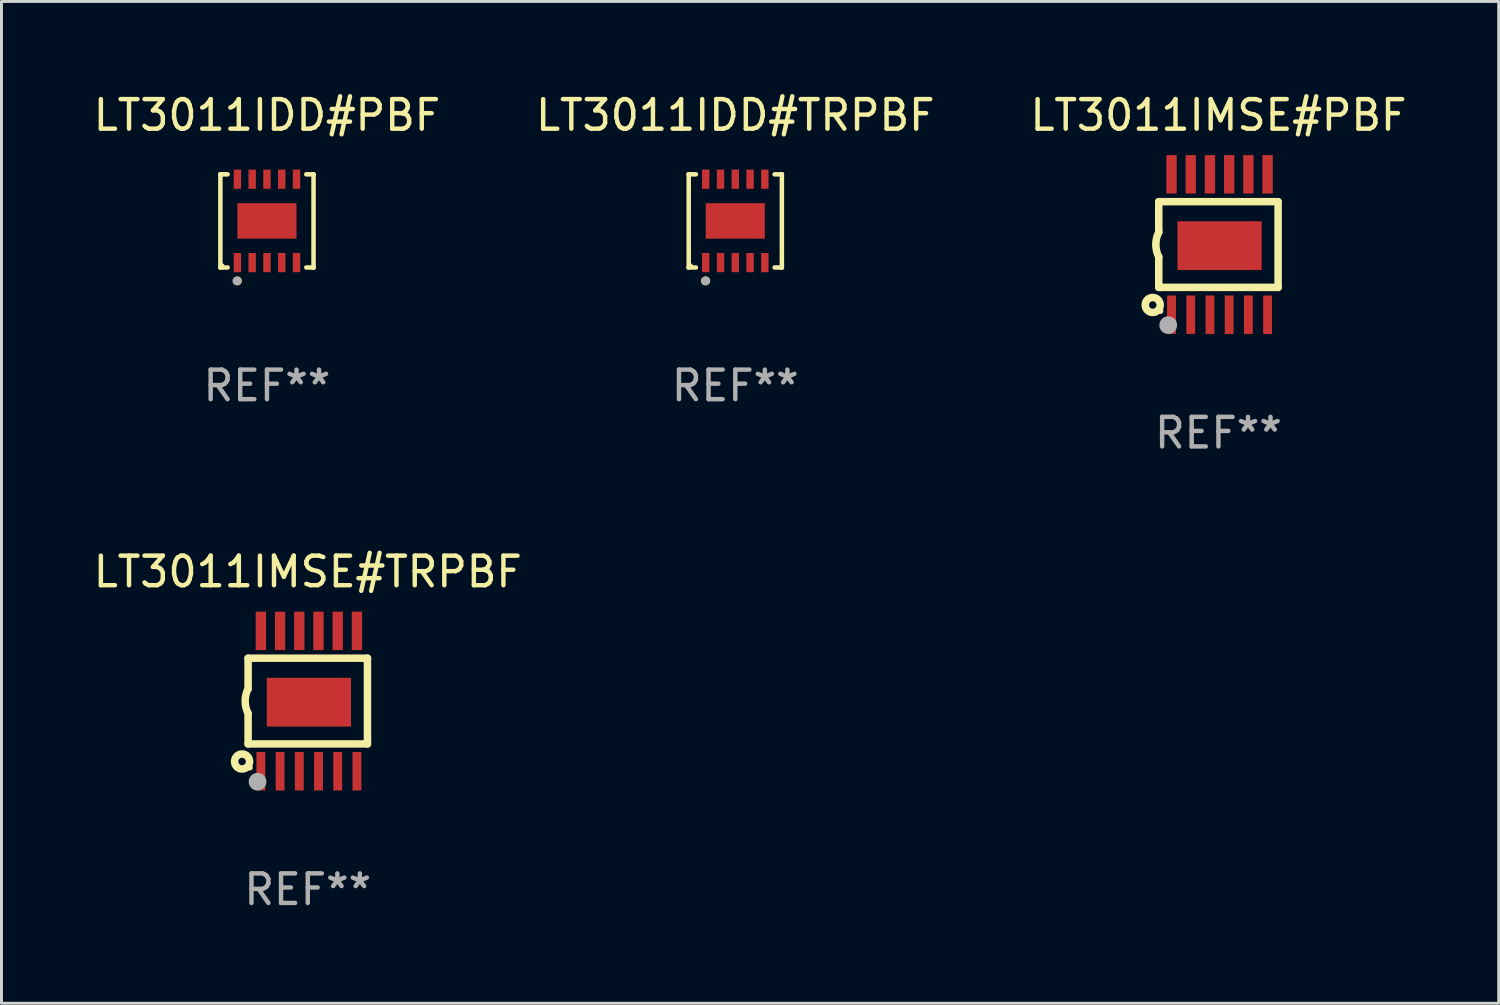
<source format=kicad_pcb>
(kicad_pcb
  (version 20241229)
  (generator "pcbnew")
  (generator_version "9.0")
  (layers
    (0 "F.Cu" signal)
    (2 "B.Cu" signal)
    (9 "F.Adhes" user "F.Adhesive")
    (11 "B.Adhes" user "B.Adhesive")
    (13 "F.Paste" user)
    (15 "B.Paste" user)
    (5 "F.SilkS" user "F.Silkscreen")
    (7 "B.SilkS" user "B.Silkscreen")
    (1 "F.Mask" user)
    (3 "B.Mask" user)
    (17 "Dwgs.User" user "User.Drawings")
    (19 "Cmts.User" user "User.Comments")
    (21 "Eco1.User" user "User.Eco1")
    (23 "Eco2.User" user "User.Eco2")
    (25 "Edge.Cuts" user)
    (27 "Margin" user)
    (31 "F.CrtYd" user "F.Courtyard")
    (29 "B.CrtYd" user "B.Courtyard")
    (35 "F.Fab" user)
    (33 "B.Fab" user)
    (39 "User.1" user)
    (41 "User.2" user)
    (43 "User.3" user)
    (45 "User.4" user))
  (footprint "LT3011IMSE#PBF"
    (layer "F.Cu")
    (at 38.173 5.223)
    (property "Reference" "LT3011IMSE#PBF" (at 0 -4.375 0) (layer "F.SilkS") (effects (font (size 1 1) (thickness 0.15))))
    (attr through_hole)
    (fp_line (start -2.019 -1.45) (end -2.019 -0.419) (stroke (width 0.254) (type solid)) (layer "F.SilkS"))
    (fp_line (start -2.019 1.45) (end -2.019 0.419) (stroke (width 0.254) (type solid)) (layer "F.SilkS"))
    (fp_line (start -2.019 1.45) (end 2.019 1.45) (stroke (width 0.254) (type solid)) (layer "F.SilkS"))
    (fp_line (start 2.019 -1.45) (end -2.019 -1.45) (stroke (width 0.254) (type solid)) (layer "F.SilkS"))
    (fp_line (start 2.019 -1.45) (end 2.019 1.45) (stroke (width 0.254) (type solid)) (layer "F.SilkS"))
    (fp_arc (start -2.019304 0.419101) (mid -2.11824 0) (end -2.019304 -0.419101) (stroke (width 0.254001) (type solid)) (layer "F.SilkS"))
    (fp_circle (center -2.223 2.045) (end -1.969 2.045) (stroke (width 0.254) (type solid)) (fill no) (layer "F.SilkS"))
    (fp_circle (center -1.962 2.25) (end -1.912 2.25) (stroke (width 0.1) (type solid)) (fill no) (layer "F.SilkS"))
    (fp_circle (center -1.699 2.728) (end -1.549 2.728) (stroke (width 0.3) (type solid)) (fill no) (layer "F.Fab"))
    (fp_text user "REF**" (at 0 6.375 0) (layer "F.Fab") (effects (font (size 1 1) (thickness 0.15))))
    (pad "1" smd rect (at -1.587 2.375) (size 0.3 1.3) (layers "F.Cu" "F.Mask" "F.Paste"))
    (pad "2" smd rect (at -0.937 2.375) (size 0.3 1.3) (layers "F.Cu" "F.Mask" "F.Paste"))
    (pad "3" smd rect (at -0.287 2.375) (size 0.3 1.3) (layers "F.Cu" "F.Mask" "F.Paste"))
    (pad "4" smd rect (at 0.363 2.375) (size 0.3 1.3) (layers "F.Cu" "F.Mask" "F.Paste"))
    (pad "5" smd rect (at 1.013 2.375) (size 0.3 1.3) (layers "F.Cu" "F.Mask" "F.Paste"))
    (pad "6" smd rect (at 1.663 2.375) (size 0.3 1.3) (layers "F.Cu" "F.Mask" "F.Paste"))
    (pad "7" smd rect (at 1.663 -2.375) (size 0.35 1.3) (layers "F.Cu" "F.Mask" "F.Paste"))
    (pad "8" smd rect (at 1.013 -2.375) (size 0.35 1.3) (layers "F.Cu" "F.Mask" "F.Paste"))
    (pad "9" smd rect (at 0.363 -2.375) (size 0.35 1.3) (layers "F.Cu" "F.Mask" "F.Paste"))
    (pad "10" smd rect (at -0.287 -2.375) (size 0.35 1.3) (layers "F.Cu" "F.Mask" "F.Paste"))
    (pad "11" smd rect (at -0.937 -2.375) (size 0.35 1.3) (layers "F.Cu" "F.Mask" "F.Paste"))
    (pad "12" smd rect (at -1.587 -2.375) (size 0.35 1.3) (layers "F.Cu" "F.Mask" "F.Paste"))
    (pad "13" smd rect (at 0.038 0.038) (size 2.85 1.65) (layers "F.Cu" "F.Mask" "F.Paste")))
  (footprint "LT3011IDD#PBF"
    (layer "F.Cu")
    (at 5.982 4.424)
    (property "Reference" "LT3011IDD#PBF" (at 0 -3.576 0) (layer "F.SilkS") (effects (font (size 1 1) (thickness 0.15))))
    (attr through_hole)
    (fp_line (start -1.576 -1.576) (end -1.576 -1.576) (stroke (width 0.152) (type solid)) (layer "F.SilkS"))
    (fp_line (start -1.576 -1.576) (end -1.331 -1.576) (stroke (width 0.152) (type solid)) (layer "F.SilkS"))
    (fp_line (start -1.576 1.576) (end -1.576 -1.576) (stroke (width 0.152) (type solid)) (layer "F.SilkS"))
    (fp_line (start -1.576 1.576) (end -1.576 1.576) (stroke (width 0.152) (type solid)) (layer "F.SilkS"))
    (fp_line (start -1.331 1.576) (end -1.576 1.576) (stroke (width 0.152) (type solid)) (layer "F.SilkS"))
    (fp_line (start 1.331 1.576) (end 1.576 1.576) (stroke (width 0.152) (type solid)) (layer "F.SilkS"))
    (fp_line (start 1.576 -1.576) (end 1.331 -1.576) (stroke (width 0.152) (type solid)) (layer "F.SilkS"))
    (fp_line (start 1.576 -1.576) (end 1.576 -1.576) (stroke (width 0.152) (type solid)) (layer "F.SilkS"))
    (fp_line (start 1.576 1.576) (end 1.576 -1.576) (stroke (width 0.152) (type solid)) (layer "F.SilkS"))
    (fp_line (start 1.576 1.576) (end 1.576 1.576) (stroke (width 0.152) (type solid)) (layer "F.SilkS"))
    (fp_circle (center -1.5 1.5) (end -1.47 1.5) (stroke (width 0.06) (type solid)) (fill no) (layer "F.SilkS"))
    (fp_circle (center -1 2.028) (end -0.925 2.028) (stroke (width 0.15) (type solid)) (fill no) (layer "F.SilkS"))
    (fp_circle (center -1.016 2.032) (end -0.941 2.032) (stroke (width 0.15) (type solid)) (fill no) (layer "F.Fab"))
    (fp_text user "REF**" (at 0 5.576 0) (layer "F.Fab") (effects (font (size 1 1) (thickness 0.15))))
    (pad "1" smd rect (at -1 1.411) (size 0.25 0.65) (layers "F.Cu" "F.Mask" "F.Paste"))
    (pad "2" smd rect (at -0.5 1.411) (size 0.25 0.65) (layers "F.Cu" "F.Mask" "F.Paste"))
    (pad "3" smd rect (at 0 1.411) (size 0.25 0.65) (layers "F.Cu" "F.Mask" "F.Paste"))
    (pad "4" smd rect (at 0.5 1.411) (size 0.25 0.65) (layers "F.Cu" "F.Mask" "F.Paste"))
    (pad "5" smd rect (at 1 1.411) (size 0.25 0.65) (layers "F.Cu" "F.Mask" "F.Paste"))
    (pad "6" smd rect (at 1 -1.411) (size 0.25 0.65) (layers "F.Cu" "F.Mask" "F.Paste"))
    (pad "7" smd rect (at 0.5 -1.411) (size 0.25 0.65) (layers "F.Cu" "F.Mask" "F.Paste"))
    (pad "8" smd rect (at 0 -1.411) (size 0.25 0.65) (layers "F.Cu" "F.Mask" "F.Paste"))
    (pad "9" smd rect (at -0.5 -1.411) (size 0.25 0.65) (layers "F.Cu" "F.Mask" "F.Paste"))
    (pad "10" smd rect (at -1 -1.411) (size 0.25 0.65) (layers "F.Cu" "F.Mask" "F.Paste"))
    (pad "11" smd rect (at 0 0) (size 2 1.2) (layers "F.Cu" "F.Mask" "F.Paste")))
  (footprint "LT3011IMSE#TRPBF"
    (layer "F.Cu")
    (at 7.363 20.669)
    (property "Reference" "LT3011IMSE#TRPBF" (at 0 -4.375 0) (layer "F.SilkS") (effects (font (size 1 1) (thickness 0.15))))
    (attr through_hole)
    (fp_line (start -2.019 -1.45) (end -2.019 -0.419) (stroke (width 0.254) (type solid)) (layer "F.SilkS"))
    (fp_line (start -2.019 1.45) (end -2.019 0.419) (stroke (width 0.254) (type solid)) (layer "F.SilkS"))
    (fp_line (start -2.019 1.45) (end 2.019 1.45) (stroke (width 0.254) (type solid)) (layer "F.SilkS"))
    (fp_line (start 2.019 -1.45) (end -2.019 -1.45) (stroke (width 0.254) (type solid)) (layer "F.SilkS"))
    (fp_line (start 2.019 -1.45) (end 2.019 1.45) (stroke (width 0.254) (type solid)) (layer "F.SilkS"))
    (fp_arc (start -2.019304 0.419101) (mid -2.11824 0) (end -2.019304 -0.419101) (stroke (width 0.254001) (type solid)) (layer "F.SilkS"))
    (fp_circle (center -2.223 2.045) (end -1.969 2.045) (stroke (width 0.254) (type solid)) (fill no) (layer "F.SilkS"))
    (fp_circle (center -1.962 2.25) (end -1.912 2.25) (stroke (width 0.1) (type solid)) (fill no) (layer "F.SilkS"))
    (fp_circle (center -1.699 2.728) (end -1.549 2.728) (stroke (width 0.3) (type solid)) (fill no) (layer "F.Fab"))
    (fp_text user "REF**" (at 0 6.375 0) (layer "F.Fab") (effects (font (size 1 1) (thickness 0.15))))
    (pad "1" smd rect (at -1.587 2.375) (size 0.3 1.3) (layers "F.Cu" "F.Mask" "F.Paste"))
    (pad "2" smd rect (at -0.937 2.375) (size 0.3 1.3) (layers "F.Cu" "F.Mask" "F.Paste"))
    (pad "3" smd rect (at -0.287 2.375) (size 0.3 1.3) (layers "F.Cu" "F.Mask" "F.Paste"))
    (pad "4" smd rect (at 0.363 2.375) (size 0.3 1.3) (layers "F.Cu" "F.Mask" "F.Paste"))
    (pad "5" smd rect (at 1.013 2.375) (size 0.3 1.3) (layers "F.Cu" "F.Mask" "F.Paste"))
    (pad "6" smd rect (at 1.663 2.375) (size 0.3 1.3) (layers "F.Cu" "F.Mask" "F.Paste"))
    (pad "7" smd rect (at 1.663 -2.375) (size 0.35 1.3) (layers "F.Cu" "F.Mask" "F.Paste"))
    (pad "8" smd rect (at 1.013 -2.375) (size 0.35 1.3) (layers "F.Cu" "F.Mask" "F.Paste"))
    (pad "9" smd rect (at 0.363 -2.375) (size 0.35 1.3) (layers "F.Cu" "F.Mask" "F.Paste"))
    (pad "10" smd rect (at -0.287 -2.375) (size 0.35 1.3) (layers "F.Cu" "F.Mask" "F.Paste"))
    (pad "11" smd rect (at -0.937 -2.375) (size 0.35 1.3) (layers "F.Cu" "F.Mask" "F.Paste"))
    (pad "12" smd rect (at -1.587 -2.375) (size 0.35 1.3) (layers "F.Cu" "F.Mask" "F.Paste"))
    (pad "13" smd rect (at 0.038 0.038) (size 2.85 1.65) (layers "F.Cu" "F.Mask" "F.Paste")))
  (footprint "LT3011IDD#TRPBF"
    (layer "F.Cu")
    (at 21.827 4.424)
    (property "Reference" "LT3011IDD#TRPBF" (at 0 -3.576 0) (layer "F.SilkS") (effects (font (size 1 1) (thickness 0.15))))
    (attr through_hole)
    (fp_line (start -1.576 -1.576) (end -1.576 -1.576) (stroke (width 0.152) (type solid)) (layer "F.SilkS"))
    (fp_line (start -1.576 -1.576) (end -1.331 -1.576) (stroke (width 0.152) (type solid)) (layer "F.SilkS"))
    (fp_line (start -1.576 1.576) (end -1.576 -1.576) (stroke (width 0.152) (type solid)) (layer "F.SilkS"))
    (fp_line (start -1.576 1.576) (end -1.576 1.576) (stroke (width 0.152) (type solid)) (layer "F.SilkS"))
    (fp_line (start -1.331 1.576) (end -1.576 1.576) (stroke (width 0.152) (type solid)) (layer "F.SilkS"))
    (fp_line (start 1.331 1.576) (end 1.576 1.576) (stroke (width 0.152) (type solid)) (layer "F.SilkS"))
    (fp_line (start 1.576 -1.576) (end 1.331 -1.576) (stroke (width 0.152) (type solid)) (layer "F.SilkS"))
    (fp_line (start 1.576 -1.576) (end 1.576 -1.576) (stroke (width 0.152) (type solid)) (layer "F.SilkS"))
    (fp_line (start 1.576 1.576) (end 1.576 -1.576) (stroke (width 0.152) (type solid)) (layer "F.SilkS"))
    (fp_line (start 1.576 1.576) (end 1.576 1.576) (stroke (width 0.152) (type solid)) (layer "F.SilkS"))
    (fp_circle (center -1.5 1.5) (end -1.47 1.5) (stroke (width 0.06) (type solid)) (fill no) (layer "F.SilkS"))
    (fp_circle (center -1 2.028) (end -0.925 2.028) (stroke (width 0.15) (type solid)) (fill no) (layer "F.SilkS"))
    (fp_circle (center -1.016 2.032) (end -0.941 2.032) (stroke (width 0.15) (type solid)) (fill no) (layer "F.Fab"))
    (fp_text user "REF**" (at 0 5.576 0) (layer "F.Fab") (effects (font (size 1 1) (thickness 0.15))))
    (pad "1" smd rect (at -1 1.411) (size 0.25 0.65) (layers "F.Cu" "F.Mask" "F.Paste"))
    (pad "2" smd rect (at -0.5 1.411) (size 0.25 0.65) (layers "F.Cu" "F.Mask" "F.Paste"))
    (pad "3" smd rect (at 0 1.411) (size 0.25 0.65) (layers "F.Cu" "F.Mask" "F.Paste"))
    (pad "4" smd rect (at 0.5 1.411) (size 0.25 0.65) (layers "F.Cu" "F.Mask" "F.Paste"))
    (pad "5" smd rect (at 1 1.411) (size 0.25 0.65) (layers "F.Cu" "F.Mask" "F.Paste"))
    (pad "6" smd rect (at 1 -1.411) (size 0.25 0.65) (layers "F.Cu" "F.Mask" "F.Paste"))
    (pad "7" smd rect (at 0.5 -1.411) (size 0.25 0.65) (layers "F.Cu" "F.Mask" "F.Paste"))
    (pad "8" smd rect (at 0 -1.411) (size 0.25 0.65) (layers "F.Cu" "F.Mask" "F.Paste"))
    (pad "9" smd rect (at -0.5 -1.411) (size 0.25 0.65) (layers "F.Cu" "F.Mask" "F.Paste"))
    (pad "10" smd rect (at -1 -1.411) (size 0.25 0.65) (layers "F.Cu" "F.Mask" "F.Paste"))
    (pad "11" smd rect (at 0 0) (size 2 1.2) (layers "F.Cu" "F.Mask" "F.Paste")))
  (gr_rect
    (start -3 -3)
    (end 47.655 30.893)
    (stroke (width 0.1) (type default))
    (fill no)
    (layer "Edge.Cuts")))
</source>
